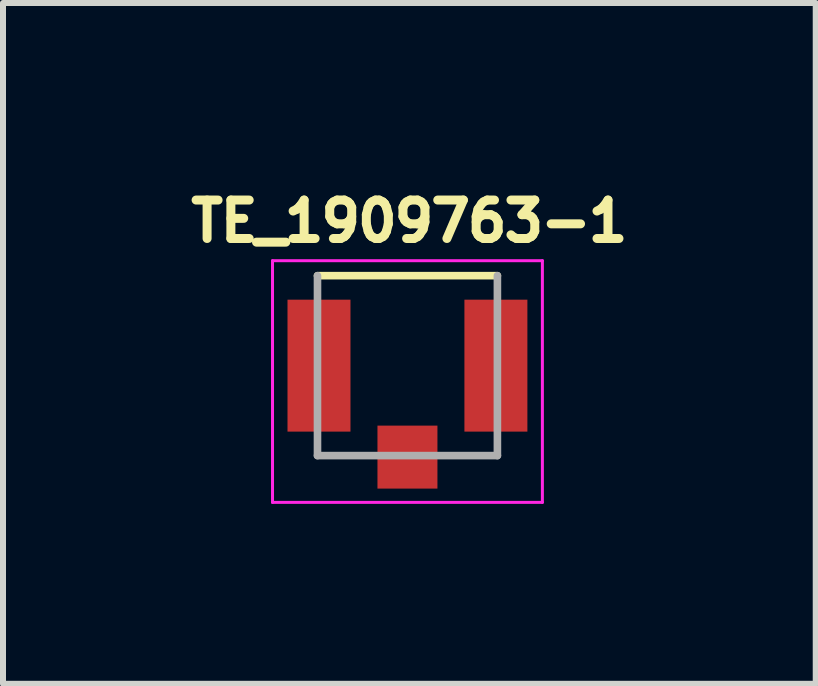
<source format=kicad_pcb>
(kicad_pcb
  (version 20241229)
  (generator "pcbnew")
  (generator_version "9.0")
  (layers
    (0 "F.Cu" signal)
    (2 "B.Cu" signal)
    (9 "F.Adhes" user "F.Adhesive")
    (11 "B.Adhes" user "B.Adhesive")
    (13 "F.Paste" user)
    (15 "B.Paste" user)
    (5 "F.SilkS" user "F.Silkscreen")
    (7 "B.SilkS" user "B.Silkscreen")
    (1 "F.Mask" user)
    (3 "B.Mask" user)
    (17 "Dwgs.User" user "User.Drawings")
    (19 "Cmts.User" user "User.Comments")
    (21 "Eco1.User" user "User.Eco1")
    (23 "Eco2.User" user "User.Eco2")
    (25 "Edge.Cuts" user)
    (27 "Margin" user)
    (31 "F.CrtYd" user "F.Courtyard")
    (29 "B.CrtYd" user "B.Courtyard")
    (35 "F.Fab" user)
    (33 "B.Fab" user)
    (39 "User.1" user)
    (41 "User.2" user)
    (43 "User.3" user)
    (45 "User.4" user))
  (footprint "TE_1909763-1"
    (layer "F.Cu")
    (at 3.744 3.047)
    (property "Reference" "TE_1909763-1" (at 0.032 -2.409 0) (layer "F.SilkS") (effects (font (size 0.641 0.641) (thickness 0.15))))
    (attr smd)
    (fp_line (start -1.5 -1.5) (end 1.5 -1.5) (stroke (width 0.127) (type solid)) (layer "F.SilkS"))
    (fp_line (start -2.25 -1.75) (end 2.25 -1.75) (stroke (width 0.05) (type solid)) (layer "F.CrtYd"))
    (fp_line (start -2.25 2.28) (end -2.25 -1.75) (stroke (width 0.05) (type solid)) (layer "F.CrtYd"))
    (fp_line (start 2.25 -1.75) (end 2.25 2.28) (stroke (width 0.05) (type solid)) (layer "F.CrtYd"))
    (fp_line (start 2.25 2.28) (end -2.25 2.28) (stroke (width 0.05) (type solid)) (layer "F.CrtYd"))
    (fp_line (start -1.5 1.5) (end -1.5 -1.5) (stroke (width 0.127) (type solid)) (layer "F.Fab"))
    (fp_line (start 1.5 -1.5) (end 1.5 1.5) (stroke (width 0.127) (type solid)) (layer "F.Fab"))
    (fp_line (start 1.5 1.5) (end -1.5 1.5) (stroke (width 0.127) (type solid)) (layer "F.Fab"))
    (pad "1" smd rect (at 0 1.525) (size 1 1.05) (layers "F.Cu" "F.Mask" "F.Paste"))
    (pad "2" smd rect (at -1.475 0) (size 1.05 2.2) (layers "F.Cu" "F.Mask" "F.Paste"))
    (pad "3" smd rect (at 1.475 0) (size 1.05 2.2) (layers "F.Cu" "F.Mask" "F.Paste")))
  (gr_rect
    (start -3 -3)
    (end 10.552 8.352)
    (stroke (width 0.1) (type default))
    (fill no)
    (layer "Edge.Cuts")))
</source>
